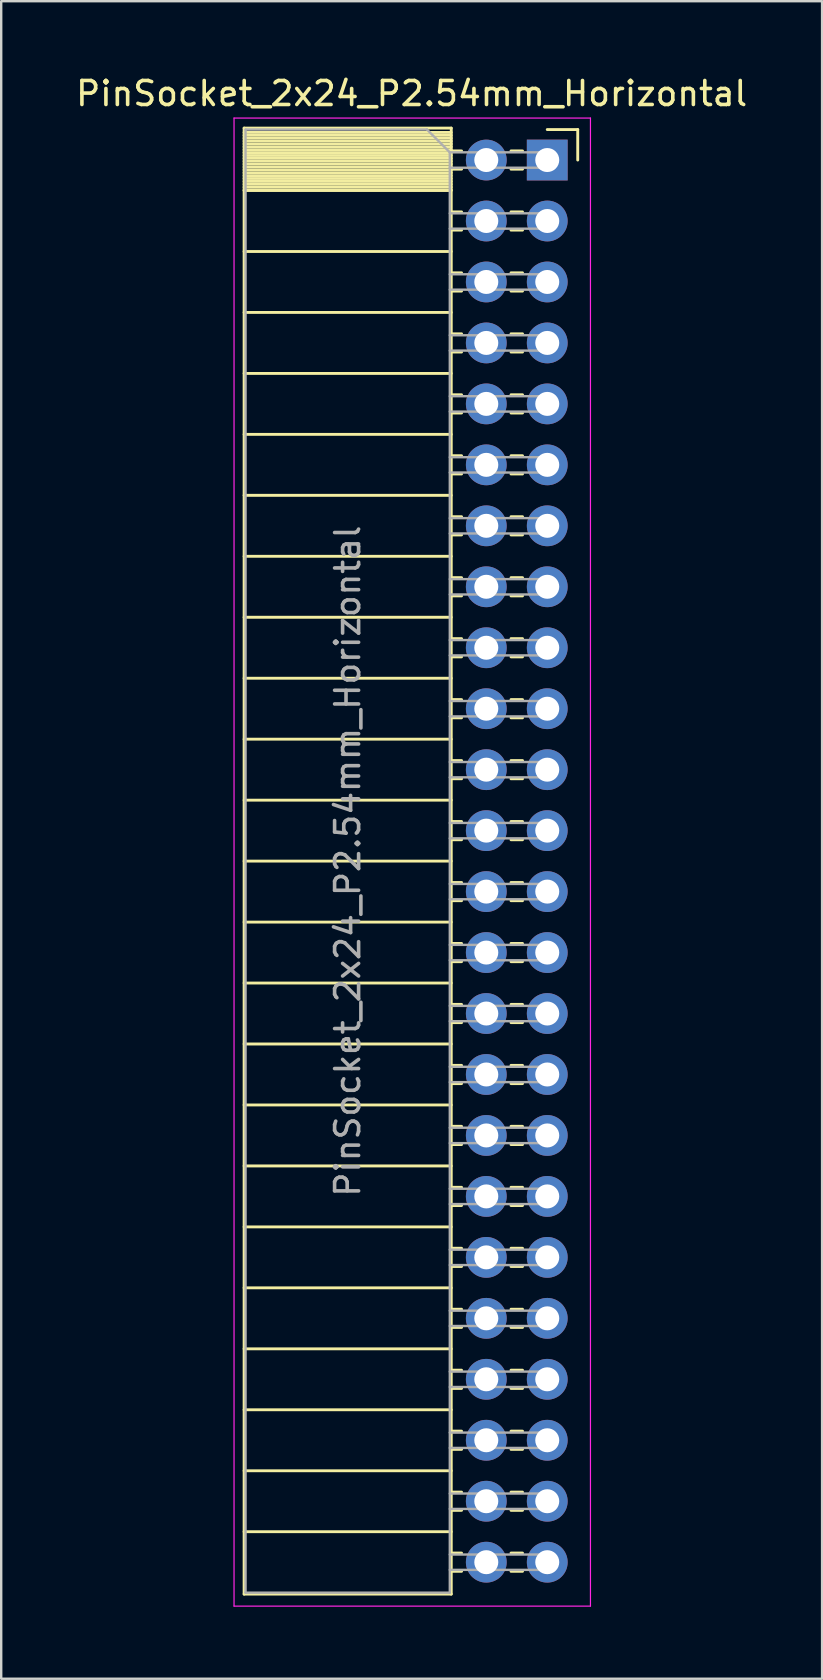
<source format=kicad_pcb>
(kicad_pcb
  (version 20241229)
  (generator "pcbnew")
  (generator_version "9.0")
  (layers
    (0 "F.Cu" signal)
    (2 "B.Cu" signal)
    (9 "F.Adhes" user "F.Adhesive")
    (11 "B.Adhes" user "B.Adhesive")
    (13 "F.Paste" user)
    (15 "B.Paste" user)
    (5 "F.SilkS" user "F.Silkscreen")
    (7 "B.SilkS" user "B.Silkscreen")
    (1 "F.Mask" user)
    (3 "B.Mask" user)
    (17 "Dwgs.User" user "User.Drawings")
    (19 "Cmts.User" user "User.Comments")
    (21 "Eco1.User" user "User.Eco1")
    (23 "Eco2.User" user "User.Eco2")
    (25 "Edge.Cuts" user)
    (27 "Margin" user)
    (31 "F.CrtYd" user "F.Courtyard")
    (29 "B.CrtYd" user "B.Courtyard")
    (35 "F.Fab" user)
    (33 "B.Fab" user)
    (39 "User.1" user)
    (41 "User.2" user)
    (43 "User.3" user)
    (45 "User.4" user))
  (footprint "PinSocket_2x24_P2.54mm_Horizontal"
    (layer "F.Cu")
    (at 19.751 3.618)
    (property "Reference" "PinSocket_2x24_P2.54mm_Horizontal" (at -5.65 -2.77 0) (layer "F.SilkS") (effects (font (size 1 1) (thickness 0.15))))
    (attr through_hole)
    (fp_line (start -12.63 -1.33) (end -4 -1.33) (stroke (width 0.12) (type solid)) (layer "F.SilkS"))
    (fp_line (start -12.63 -1.15) (end -4 -1.15) (stroke (width 0.12) (type solid)) (layer "F.SilkS"))
    (fp_line (start -12.63 -1.03) (end -4 -1.03) (stroke (width 0.12) (type solid)) (layer "F.SilkS"))
    (fp_line (start -12.63 -0.91) (end -4 -0.91) (stroke (width 0.12) (type solid)) (layer "F.SilkS"))
    (fp_line (start -12.63 -0.79) (end -4 -0.79) (stroke (width 0.12) (type solid)) (layer "F.SilkS"))
    (fp_line (start -12.63 -0.67) (end -4 -0.67) (stroke (width 0.12) (type solid)) (layer "F.SilkS"))
    (fp_line (start -12.63 -0.55) (end -4 -0.55) (stroke (width 0.12) (type solid)) (layer "F.SilkS"))
    (fp_line (start -12.63 -0.43) (end -4 -0.43) (stroke (width 0.12) (type solid)) (layer "F.SilkS"))
    (fp_line (start -12.63 -0.31) (end -4 -0.31) (stroke (width 0.12) (type solid)) (layer "F.SilkS"))
    (fp_line (start -12.63 -0.19) (end -4 -0.19) (stroke (width 0.12) (type solid)) (layer "F.SilkS"))
    (fp_line (start -12.63 -0.07) (end -4 -0.07) (stroke (width 0.12) (type solid)) (layer "F.SilkS"))
    (fp_line (start -12.63 0.05) (end -4 0.05) (stroke (width 0.12) (type solid)) (layer "F.SilkS"))
    (fp_line (start -12.63 0.17) (end -4 0.17) (stroke (width 0.12) (type solid)) (layer "F.SilkS"))
    (fp_line (start -12.63 0.29) (end -4 0.29) (stroke (width 0.12) (type solid)) (layer "F.SilkS"))
    (fp_line (start -12.63 0.41) (end -4 0.41) (stroke (width 0.12) (type solid)) (layer "F.SilkS"))
    (fp_line (start -12.63 0.53) (end -4 0.53) (stroke (width 0.12) (type solid)) (layer "F.SilkS"))
    (fp_line (start -12.63 0.65) (end -4 0.65) (stroke (width 0.12) (type solid)) (layer "F.SilkS"))
    (fp_line (start -12.63 0.77) (end -4 0.77) (stroke (width 0.12) (type solid)) (layer "F.SilkS"))
    (fp_line (start -12.63 0.89) (end -4 0.89) (stroke (width 0.12) (type solid)) (layer "F.SilkS"))
    (fp_line (start -12.63 1.01) (end -4 1.01) (stroke (width 0.12) (type solid)) (layer "F.SilkS"))
    (fp_line (start -12.63 1.13) (end -4 1.13) (stroke (width 0.12) (type solid)) (layer "F.SilkS"))
    (fp_line (start -12.63 1.25) (end -4 1.25) (stroke (width 0.12) (type solid)) (layer "F.SilkS"))
    (fp_line (start -12.63 1.27) (end -4 1.27) (stroke (width 0.12) (type solid)) (layer "F.SilkS"))
    (fp_line (start -12.63 3.81) (end -4 3.81) (stroke (width 0.12) (type solid)) (layer "F.SilkS"))
    (fp_line (start -12.63 6.35) (end -4 6.35) (stroke (width 0.12) (type solid)) (layer "F.SilkS"))
    (fp_line (start -12.63 8.89) (end -4 8.89) (stroke (width 0.12) (type solid)) (layer "F.SilkS"))
    (fp_line (start -12.63 11.43) (end -4 11.43) (stroke (width 0.12) (type solid)) (layer "F.SilkS"))
    (fp_line (start -12.63 13.97) (end -4 13.97) (stroke (width 0.12) (type solid)) (layer "F.SilkS"))
    (fp_line (start -12.63 16.51) (end -4 16.51) (stroke (width 0.12) (type solid)) (layer "F.SilkS"))
    (fp_line (start -12.63 19.05) (end -4 19.05) (stroke (width 0.12) (type solid)) (layer "F.SilkS"))
    (fp_line (start -12.63 21.59) (end -4 21.59) (stroke (width 0.12) (type solid)) (layer "F.SilkS"))
    (fp_line (start -12.63 24.13) (end -4 24.13) (stroke (width 0.12) (type solid)) (layer "F.SilkS"))
    (fp_line (start -12.63 26.67) (end -4 26.67) (stroke (width 0.12) (type solid)) (layer "F.SilkS"))
    (fp_line (start -12.63 29.21) (end -4 29.21) (stroke (width 0.12) (type solid)) (layer "F.SilkS"))
    (fp_line (start -12.63 31.75) (end -4 31.75) (stroke (width 0.12) (type solid)) (layer "F.SilkS"))
    (fp_line (start -12.63 34.29) (end -4 34.29) (stroke (width 0.12) (type solid)) (layer "F.SilkS"))
    (fp_line (start -12.63 36.83) (end -4 36.83) (stroke (width 0.12) (type solid)) (layer "F.SilkS"))
    (fp_line (start -12.63 39.37) (end -4 39.37) (stroke (width 0.12) (type solid)) (layer "F.SilkS"))
    (fp_line (start -12.63 41.91) (end -4 41.91) (stroke (width 0.12) (type solid)) (layer "F.SilkS"))
    (fp_line (start -12.63 44.45) (end -4 44.45) (stroke (width 0.12) (type solid)) (layer "F.SilkS"))
    (fp_line (start -12.63 46.99) (end -4 46.99) (stroke (width 0.12) (type solid)) (layer "F.SilkS"))
    (fp_line (start -12.63 49.53) (end -4 49.53) (stroke (width 0.12) (type solid)) (layer "F.SilkS"))
    (fp_line (start -12.63 52.07) (end -4 52.07) (stroke (width 0.12) (type solid)) (layer "F.SilkS"))
    (fp_line (start -12.63 54.61) (end -4 54.61) (stroke (width 0.12) (type solid)) (layer "F.SilkS"))
    (fp_line (start -12.63 57.15) (end -4 57.15) (stroke (width 0.12) (type solid)) (layer "F.SilkS"))
    (fp_line (start -12.63 59.75) (end -12.63 -1.33) (stroke (width 0.12) (type solid)) (layer "F.SilkS"))
    (fp_line (start -4 -1.33) (end -4 59.75) (stroke (width 0.12) (type solid)) (layer "F.SilkS"))
    (fp_line (start -4 -0.38) (end -3.57 -0.38) (stroke (width 0.12) (type solid)) (layer "F.SilkS"))
    (fp_line (start -4 2.16) (end -3.57 2.16) (stroke (width 0.12) (type solid)) (layer "F.SilkS"))
    (fp_line (start -4 4.7) (end -3.57 4.7) (stroke (width 0.12) (type solid)) (layer "F.SilkS"))
    (fp_line (start -4 7.24) (end -3.57 7.24) (stroke (width 0.12) (type solid)) (layer "F.SilkS"))
    (fp_line (start -4 9.78) (end -3.57 9.78) (stroke (width 0.12) (type solid)) (layer "F.SilkS"))
    (fp_line (start -4 12.32) (end -3.57 12.32) (stroke (width 0.12) (type solid)) (layer "F.SilkS"))
    (fp_line (start -4 14.86) (end -3.57 14.86) (stroke (width 0.12) (type solid)) (layer "F.SilkS"))
    (fp_line (start -4 17.4) (end -3.57 17.4) (stroke (width 0.12) (type solid)) (layer "F.SilkS"))
    (fp_line (start -4 19.94) (end -3.57 19.94) (stroke (width 0.12) (type solid)) (layer "F.SilkS"))
    (fp_line (start -4 22.48) (end -3.57 22.48) (stroke (width 0.12) (type solid)) (layer "F.SilkS"))
    (fp_line (start -4 25.02) (end -3.57 25.02) (stroke (width 0.12) (type solid)) (layer "F.SilkS"))
    (fp_line (start -4 27.56) (end -3.57 27.56) (stroke (width 0.12) (type solid)) (layer "F.SilkS"))
    (fp_line (start -4 30.1) (end -3.57 30.1) (stroke (width 0.12) (type solid)) (layer "F.SilkS"))
    (fp_line (start -4 32.64) (end -3.57 32.64) (stroke (width 0.12) (type solid)) (layer "F.SilkS"))
    (fp_line (start -4 35.18) (end -3.57 35.18) (stroke (width 0.12) (type solid)) (layer "F.SilkS"))
    (fp_line (start -4 37.72) (end -3.57 37.72) (stroke (width 0.12) (type solid)) (layer "F.SilkS"))
    (fp_line (start -4 40.26) (end -3.57 40.26) (stroke (width 0.12) (type solid)) (layer "F.SilkS"))
    (fp_line (start -4 42.8) (end -3.57 42.8) (stroke (width 0.12) (type solid)) (layer "F.SilkS"))
    (fp_line (start -4 45.34) (end -3.57 45.34) (stroke (width 0.12) (type solid)) (layer "F.SilkS"))
    (fp_line (start -4 47.88) (end -3.57 47.88) (stroke (width 0.12) (type solid)) (layer "F.SilkS"))
    (fp_line (start -4 50.42) (end -3.57 50.42) (stroke (width 0.12) (type solid)) (layer "F.SilkS"))
    (fp_line (start -4 52.96) (end -3.57 52.96) (stroke (width 0.12) (type solid)) (layer "F.SilkS"))
    (fp_line (start -4 55.5) (end -3.57 55.5) (stroke (width 0.12) (type solid)) (layer "F.SilkS"))
    (fp_line (start -4 58.04) (end -3.57 58.04) (stroke (width 0.12) (type solid)) (layer "F.SilkS"))
    (fp_line (start -4 59.75) (end -12.63 59.75) (stroke (width 0.12) (type solid)) (layer "F.SilkS"))
    (fp_line (start -3.57 0.38) (end -4 0.38) (stroke (width 0.12) (type solid)) (layer "F.SilkS"))
    (fp_line (start -3.57 2.92) (end -4 2.92) (stroke (width 0.12) (type solid)) (layer "F.SilkS"))
    (fp_line (start -3.57 5.46) (end -4 5.46) (stroke (width 0.12) (type solid)) (layer "F.SilkS"))
    (fp_line (start -3.57 8) (end -4 8) (stroke (width 0.12) (type solid)) (layer "F.SilkS"))
    (fp_line (start -3.57 10.54) (end -4 10.54) (stroke (width 0.12) (type solid)) (layer "F.SilkS"))
    (fp_line (start -3.57 13.08) (end -4 13.08) (stroke (width 0.12) (type solid)) (layer "F.SilkS"))
    (fp_line (start -3.57 15.62) (end -4 15.62) (stroke (width 0.12) (type solid)) (layer "F.SilkS"))
    (fp_line (start -3.57 18.16) (end -4 18.16) (stroke (width 0.12) (type solid)) (layer "F.SilkS"))
    (fp_line (start -3.57 20.7) (end -4 20.7) (stroke (width 0.12) (type solid)) (layer "F.SilkS"))
    (fp_line (start -3.57 23.24) (end -4 23.24) (stroke (width 0.12) (type solid)) (layer "F.SilkS"))
    (fp_line (start -3.57 25.78) (end -4 25.78) (stroke (width 0.12) (type solid)) (layer "F.SilkS"))
    (fp_line (start -3.57 28.32) (end -4 28.32) (stroke (width 0.12) (type solid)) (layer "F.SilkS"))
    (fp_line (start -3.57 30.86) (end -4 30.86) (stroke (width 0.12) (type solid)) (layer "F.SilkS"))
    (fp_line (start -3.57 33.4) (end -4 33.4) (stroke (width 0.12) (type solid)) (layer "F.SilkS"))
    (fp_line (start -3.57 35.94) (end -4 35.94) (stroke (width 0.12) (type solid)) (layer "F.SilkS"))
    (fp_line (start -3.57 38.48) (end -4 38.48) (stroke (width 0.12) (type solid)) (layer "F.SilkS"))
    (fp_line (start -3.57 41.02) (end -4 41.02) (stroke (width 0.12) (type solid)) (layer "F.SilkS"))
    (fp_line (start -3.57 43.56) (end -4 43.56) (stroke (width 0.12) (type solid)) (layer "F.SilkS"))
    (fp_line (start -3.57 46.1) (end -4 46.1) (stroke (width 0.12) (type solid)) (layer "F.SilkS"))
    (fp_line (start -3.57 48.64) (end -4 48.64) (stroke (width 0.12) (type solid)) (layer "F.SilkS"))
    (fp_line (start -3.57 51.18) (end -4 51.18) (stroke (width 0.12) (type solid)) (layer "F.SilkS"))
    (fp_line (start -3.57 53.72) (end -4 53.72) (stroke (width 0.12) (type solid)) (layer "F.SilkS"))
    (fp_line (start -3.57 56.26) (end -4 56.26) (stroke (width 0.12) (type solid)) (layer "F.SilkS"))
    (fp_line (start -3.57 58.8) (end -4 58.8) (stroke (width 0.12) (type solid)) (layer "F.SilkS"))
    (fp_line (start -1.51 0.38) (end -1.03 0.38) (stroke (width 0.12) (type solid)) (layer "F.SilkS"))
    (fp_line (start -1.51 2.92) (end -1.03 2.92) (stroke (width 0.12) (type solid)) (layer "F.SilkS"))
    (fp_line (start -1.51 5.46) (end -1.03 5.46) (stroke (width 0.12) (type solid)) (layer "F.SilkS"))
    (fp_line (start -1.51 8) (end -1.03 8) (stroke (width 0.12) (type solid)) (layer "F.SilkS"))
    (fp_line (start -1.51 10.54) (end -1.03 10.54) (stroke (width 0.12) (type solid)) (layer "F.SilkS"))
    (fp_line (start -1.51 13.08) (end -1.03 13.08) (stroke (width 0.12) (type solid)) (layer "F.SilkS"))
    (fp_line (start -1.51 15.62) (end -1.03 15.62) (stroke (width 0.12) (type solid)) (layer "F.SilkS"))
    (fp_line (start -1.51 18.16) (end -1.03 18.16) (stroke (width 0.12) (type solid)) (layer "F.SilkS"))
    (fp_line (start -1.51 20.7) (end -1.03 20.7) (stroke (width 0.12) (type solid)) (layer "F.SilkS"))
    (fp_line (start -1.51 23.24) (end -1.03 23.24) (stroke (width 0.12) (type solid)) (layer "F.SilkS"))
    (fp_line (start -1.51 25.78) (end -1.03 25.78) (stroke (width 0.12) (type solid)) (layer "F.SilkS"))
    (fp_line (start -1.51 28.32) (end -1.03 28.32) (stroke (width 0.12) (type solid)) (layer "F.SilkS"))
    (fp_line (start -1.51 30.86) (end -1.03 30.86) (stroke (width 0.12) (type solid)) (layer "F.SilkS"))
    (fp_line (start -1.51 33.4) (end -1.03 33.4) (stroke (width 0.12) (type solid)) (layer "F.SilkS"))
    (fp_line (start -1.51 35.94) (end -1.03 35.94) (stroke (width 0.12) (type solid)) (layer "F.SilkS"))
    (fp_line (start -1.51 38.48) (end -1.03 38.48) (stroke (width 0.12) (type solid)) (layer "F.SilkS"))
    (fp_line (start -1.51 41.02) (end -1.03 41.02) (stroke (width 0.12) (type solid)) (layer "F.SilkS"))
    (fp_line (start -1.51 43.56) (end -1.03 43.56) (stroke (width 0.12) (type solid)) (layer "F.SilkS"))
    (fp_line (start -1.51 46.1) (end -1.03 46.1) (stroke (width 0.12) (type solid)) (layer "F.SilkS"))
    (fp_line (start -1.51 48.64) (end -1.03 48.64) (stroke (width 0.12) (type solid)) (layer "F.SilkS"))
    (fp_line (start -1.51 51.18) (end -1.03 51.18) (stroke (width 0.12) (type solid)) (layer "F.SilkS"))
    (fp_line (start -1.51 53.72) (end -1.03 53.72) (stroke (width 0.12) (type solid)) (layer "F.SilkS"))
    (fp_line (start -1.51 56.26) (end -1.03 56.26) (stroke (width 0.12) (type solid)) (layer "F.SilkS"))
    (fp_line (start -1.51 58.8) (end -1.03 58.8) (stroke (width 0.12) (type solid)) (layer "F.SilkS"))
    (fp_line (start -1.03 -0.38) (end -1.51 -0.38) (stroke (width 0.12) (type solid)) (layer "F.SilkS"))
    (fp_line (start -1.03 2.16) (end -1.51 2.16) (stroke (width 0.12) (type solid)) (layer "F.SilkS"))
    (fp_line (start -1.03 4.7) (end -1.51 4.7) (stroke (width 0.12) (type solid)) (layer "F.SilkS"))
    (fp_line (start -1.03 7.24) (end -1.51 7.24) (stroke (width 0.12) (type solid)) (layer "F.SilkS"))
    (fp_line (start -1.03 9.78) (end -1.51 9.78) (stroke (width 0.12) (type solid)) (layer "F.SilkS"))
    (fp_line (start -1.03 12.32) (end -1.51 12.32) (stroke (width 0.12) (type solid)) (layer "F.SilkS"))
    (fp_line (start -1.03 14.86) (end -1.51 14.86) (stroke (width 0.12) (type solid)) (layer "F.SilkS"))
    (fp_line (start -1.03 17.4) (end -1.51 17.4) (stroke (width 0.12) (type solid)) (layer "F.SilkS"))
    (fp_line (start -1.03 19.94) (end -1.51 19.94) (stroke (width 0.12) (type solid)) (layer "F.SilkS"))
    (fp_line (start -1.03 22.48) (end -1.51 22.48) (stroke (width 0.12) (type solid)) (layer "F.SilkS"))
    (fp_line (start -1.03 25.02) (end -1.51 25.02) (stroke (width 0.12) (type solid)) (layer "F.SilkS"))
    (fp_line (start -1.03 27.56) (end -1.51 27.56) (stroke (width 0.12) (type solid)) (layer "F.SilkS"))
    (fp_line (start -1.03 30.1) (end -1.51 30.1) (stroke (width 0.12) (type solid)) (layer "F.SilkS"))
    (fp_line (start -1.03 32.64) (end -1.51 32.64) (stroke (width 0.12) (type solid)) (layer "F.SilkS"))
    (fp_line (start -1.03 35.18) (end -1.51 35.18) (stroke (width 0.12) (type solid)) (layer "F.SilkS"))
    (fp_line (start -1.03 37.72) (end -1.51 37.72) (stroke (width 0.12) (type solid)) (layer "F.SilkS"))
    (fp_line (start -1.03 40.26) (end -1.51 40.26) (stroke (width 0.12) (type solid)) (layer "F.SilkS"))
    (fp_line (start -1.03 42.8) (end -1.51 42.8) (stroke (width 0.12) (type solid)) (layer "F.SilkS"))
    (fp_line (start -1.03 45.34) (end -1.51 45.34) (stroke (width 0.12) (type solid)) (layer "F.SilkS"))
    (fp_line (start -1.03 47.88) (end -1.51 47.88) (stroke (width 0.12) (type solid)) (layer "F.SilkS"))
    (fp_line (start -1.03 50.42) (end -1.51 50.42) (stroke (width 0.12) (type solid)) (layer "F.SilkS"))
    (fp_line (start -1.03 52.96) (end -1.51 52.96) (stroke (width 0.12) (type solid)) (layer "F.SilkS"))
    (fp_line (start -1.03 55.5) (end -1.51 55.5) (stroke (width 0.12) (type solid)) (layer "F.SilkS"))
    (fp_line (start -1.03 58.04) (end -1.51 58.04) (stroke (width 0.12) (type solid)) (layer "F.SilkS"))
    (fp_line (start 0 -1.27) (end 1.27 -1.27) (stroke (width 0.12) (type solid)) (layer "F.SilkS"))
    (fp_line (start 1.27 -1.27) (end 1.27 0) (stroke (width 0.12) (type solid)) (layer "F.SilkS"))
    (fp_line (start -13.05 -1.75) (end -13.05 60.25) (stroke (width 0.05) (type solid)) (layer "F.CrtYd"))
    (fp_line (start -13.05 60.25) (end 1.8 60.25) (stroke (width 0.05) (type solid)) (layer "F.CrtYd"))
    (fp_line (start 1.8 -1.75) (end -13.05 -1.75) (stroke (width 0.05) (type solid)) (layer "F.CrtYd"))
    (fp_line (start 1.8 60.25) (end 1.8 -1.75) (stroke (width 0.05) (type solid)) (layer "F.CrtYd"))
    (fp_line (start -12.57 -1.27) (end -5.01 -1.27) (stroke (width 0.1) (type solid)) (layer "F.Fab"))
    (fp_line (start -12.57 59.69) (end -12.57 -1.27) (stroke (width 0.1) (type solid)) (layer "F.Fab"))
    (fp_line (start -5.01 -1.27) (end -4.06 -0.32) (stroke (width 0.1) (type solid)) (layer "F.Fab"))
    (fp_line (start -4.06 -0.32) (end -4.06 59.69) (stroke (width 0.1) (type solid)) (layer "F.Fab"))
    (fp_line (start -4.06 0.32) (end 0 0.32) (stroke (width 0.1) (type solid)) (layer "F.Fab"))
    (fp_line (start -4.06 2.86) (end 0 2.86) (stroke (width 0.1) (type solid)) (layer "F.Fab"))
    (fp_line (start -4.06 5.4) (end 0 5.4) (stroke (width 0.1) (type solid)) (layer "F.Fab"))
    (fp_line (start -4.06 7.94) (end 0 7.94) (stroke (width 0.1) (type solid)) (layer "F.Fab"))
    (fp_line (start -4.06 10.48) (end 0 10.48) (stroke (width 0.1) (type solid)) (layer "F.Fab"))
    (fp_line (start -4.06 13.02) (end 0 13.02) (stroke (width 0.1) (type solid)) (layer "F.Fab"))
    (fp_line (start -4.06 15.56) (end 0 15.56) (stroke (width 0.1) (type solid)) (layer "F.Fab"))
    (fp_line (start -4.06 18.1) (end 0 18.1) (stroke (width 0.1) (type solid)) (layer "F.Fab"))
    (fp_line (start -4.06 20.64) (end 0 20.64) (stroke (width 0.1) (type solid)) (layer "F.Fab"))
    (fp_line (start -4.06 23.18) (end 0 23.18) (stroke (width 0.1) (type solid)) (layer "F.Fab"))
    (fp_line (start -4.06 25.72) (end 0 25.72) (stroke (width 0.1) (type solid)) (layer "F.Fab"))
    (fp_line (start -4.06 28.26) (end 0 28.26) (stroke (width 0.1) (type solid)) (layer "F.Fab"))
    (fp_line (start -4.06 30.8) (end 0 30.8) (stroke (width 0.1) (type solid)) (layer "F.Fab"))
    (fp_line (start -4.06 33.34) (end 0 33.34) (stroke (width 0.1) (type solid)) (layer "F.Fab"))
    (fp_line (start -4.06 35.88) (end 0 35.88) (stroke (width 0.1) (type solid)) (layer "F.Fab"))
    (fp_line (start -4.06 38.42) (end 0 38.42) (stroke (width 0.1) (type solid)) (layer "F.Fab"))
    (fp_line (start -4.06 40.96) (end 0 40.96) (stroke (width 0.1) (type solid)) (layer "F.Fab"))
    (fp_line (start -4.06 43.5) (end 0 43.5) (stroke (width 0.1) (type solid)) (layer "F.Fab"))
    (fp_line (start -4.06 46.04) (end 0 46.04) (stroke (width 0.1) (type solid)) (layer "F.Fab"))
    (fp_line (start -4.06 48.58) (end 0 48.58) (stroke (width 0.1) (type solid)) (layer "F.Fab"))
    (fp_line (start -4.06 51.12) (end 0 51.12) (stroke (width 0.1) (type solid)) (layer "F.Fab"))
    (fp_line (start -4.06 53.66) (end 0 53.66) (stroke (width 0.1) (type solid)) (layer "F.Fab"))
    (fp_line (start -4.06 56.2) (end 0 56.2) (stroke (width 0.1) (type solid)) (layer "F.Fab"))
    (fp_line (start -4.06 58.74) (end 0 58.74) (stroke (width 0.1) (type solid)) (layer "F.Fab"))
    (fp_line (start -4.06 59.69) (end -12.57 59.69) (stroke (width 0.1) (type solid)) (layer "F.Fab"))
    (fp_line (start 0 -0.32) (end -4.06 -0.32) (stroke (width 0.1) (type solid)) (layer "F.Fab"))
    (fp_line (start 0 0.32) (end 0 -0.32) (stroke (width 0.1) (type solid)) (layer "F.Fab"))
    (fp_line (start 0 2.22) (end -4.06 2.22) (stroke (width 0.1) (type solid)) (layer "F.Fab"))
    (fp_line (start 0 2.86) (end 0 2.22) (stroke (width 0.1) (type solid)) (layer "F.Fab"))
    (fp_line (start 0 4.76) (end -4.06 4.76) (stroke (width 0.1) (type solid)) (layer "F.Fab"))
    (fp_line (start 0 5.4) (end 0 4.76) (stroke (width 0.1) (type solid)) (layer "F.Fab"))
    (fp_line (start 0 7.3) (end -4.06 7.3) (stroke (width 0.1) (type solid)) (layer "F.Fab"))
    (fp_line (start 0 7.94) (end 0 7.3) (stroke (width 0.1) (type solid)) (layer "F.Fab"))
    (fp_line (start 0 9.84) (end -4.06 9.84) (stroke (width 0.1) (type solid)) (layer "F.Fab"))
    (fp_line (start 0 10.48) (end 0 9.84) (stroke (width 0.1) (type solid)) (layer "F.Fab"))
    (fp_line (start 0 12.38) (end -4.06 12.38) (stroke (width 0.1) (type solid)) (layer "F.Fab"))
    (fp_line (start 0 13.02) (end 0 12.38) (stroke (width 0.1) (type solid)) (layer "F.Fab"))
    (fp_line (start 0 14.92) (end -4.06 14.92) (stroke (width 0.1) (type solid)) (layer "F.Fab"))
    (fp_line (start 0 15.56) (end 0 14.92) (stroke (width 0.1) (type solid)) (layer "F.Fab"))
    (fp_line (start 0 17.46) (end -4.06 17.46) (stroke (width 0.1) (type solid)) (layer "F.Fab"))
    (fp_line (start 0 18.1) (end 0 17.46) (stroke (width 0.1) (type solid)) (layer "F.Fab"))
    (fp_line (start 0 20) (end -4.06 20) (stroke (width 0.1) (type solid)) (layer "F.Fab"))
    (fp_line (start 0 20.64) (end 0 20) (stroke (width 0.1) (type solid)) (layer "F.Fab"))
    (fp_line (start 0 22.54) (end -4.06 22.54) (stroke (width 0.1) (type solid)) (layer "F.Fab"))
    (fp_line (start 0 23.18) (end 0 22.54) (stroke (width 0.1) (type solid)) (layer "F.Fab"))
    (fp_line (start 0 25.08) (end -4.06 25.08) (stroke (width 0.1) (type solid)) (layer "F.Fab"))
    (fp_line (start 0 25.72) (end 0 25.08) (stroke (width 0.1) (type solid)) (layer "F.Fab"))
    (fp_line (start 0 27.62) (end -4.06 27.62) (stroke (width 0.1) (type solid)) (layer "F.Fab"))
    (fp_line (start 0 28.26) (end 0 27.62) (stroke (width 0.1) (type solid)) (layer "F.Fab"))
    (fp_line (start 0 30.16) (end -4.06 30.16) (stroke (width 0.1) (type solid)) (layer "F.Fab"))
    (fp_line (start 0 30.8) (end 0 30.16) (stroke (width 0.1) (type solid)) (layer "F.Fab"))
    (fp_line (start 0 32.7) (end -4.06 32.7) (stroke (width 0.1) (type solid)) (layer "F.Fab"))
    (fp_line (start 0 33.34) (end 0 32.7) (stroke (width 0.1) (type solid)) (layer "F.Fab"))
    (fp_line (start 0 35.24) (end -4.06 35.24) (stroke (width 0.1) (type solid)) (layer "F.Fab"))
    (fp_line (start 0 35.88) (end 0 35.24) (stroke (width 0.1) (type solid)) (layer "F.Fab"))
    (fp_line (start 0 37.78) (end -4.06 37.78) (stroke (width 0.1) (type solid)) (layer "F.Fab"))
    (fp_line (start 0 38.42) (end 0 37.78) (stroke (width 0.1) (type solid)) (layer "F.Fab"))
    (fp_line (start 0 40.32) (end -4.06 40.32) (stroke (width 0.1) (type solid)) (layer "F.Fab"))
    (fp_line (start 0 40.96) (end 0 40.32) (stroke (width 0.1) (type solid)) (layer "F.Fab"))
    (fp_line (start 0 42.86) (end -4.06 42.86) (stroke (width 0.1) (type solid)) (layer "F.Fab"))
    (fp_line (start 0 43.5) (end 0 42.86) (stroke (width 0.1) (type solid)) (layer "F.Fab"))
    (fp_line (start 0 45.4) (end -4.06 45.4) (stroke (width 0.1) (type solid)) (layer "F.Fab"))
    (fp_line (start 0 46.04) (end 0 45.4) (stroke (width 0.1) (type solid)) (layer "F.Fab"))
    (fp_line (start 0 47.94) (end -4.06 47.94) (stroke (width 0.1) (type solid)) (layer "F.Fab"))
    (fp_line (start 0 48.58) (end 0 47.94) (stroke (width 0.1) (type solid)) (layer "F.Fab"))
    (fp_line (start 0 50.48) (end -4.06 50.48) (stroke (width 0.1) (type solid)) (layer "F.Fab"))
    (fp_line (start 0 51.12) (end 0 50.48) (stroke (width 0.1) (type solid)) (layer "F.Fab"))
    (fp_line (start 0 53.02) (end -4.06 53.02) (stroke (width 0.1) (type solid)) (layer "F.Fab"))
    (fp_line (start 0 53.66) (end 0 53.02) (stroke (width 0.1) (type solid)) (layer "F.Fab"))
    (fp_line (start 0 55.56) (end -4.06 55.56) (stroke (width 0.1) (type solid)) (layer "F.Fab"))
    (fp_line (start 0 56.2) (end 0 55.56) (stroke (width 0.1) (type solid)) (layer "F.Fab"))
    (fp_line (start 0 58.1) (end -4.06 58.1) (stroke (width 0.1) (type solid)) (layer "F.Fab"))
    (fp_line (start 0 58.74) (end 0 58.1) (stroke (width 0.1) (type solid)) (layer "F.Fab"))
    (fp_text user "${REFERENCE}" (at -8.315 29.21 90) (layer "F.Fab") (effects (font (size 1 1) (thickness 0.15))))
    (pad "1" thru_hole rect (at 0 0) (size 1.7 1.7) (drill 1) (layers "*.Cu" "*.Mask"))
    (pad "2" thru_hole oval (at -2.54 0) (size 1.7 1.7) (drill 1) (layers "*.Cu" "*.Mask"))
    (pad "3" thru_hole oval (at 0 2.54) (size 1.7 1.7) (drill 1) (layers "*.Cu" "*.Mask"))
    (pad "4" thru_hole oval (at -2.54 2.54) (size 1.7 1.7) (drill 1) (layers "*.Cu" "*.Mask"))
    (pad "5" thru_hole oval (at 0 5.08) (size 1.7 1.7) (drill 1) (layers "*.Cu" "*.Mask"))
    (pad "6" thru_hole oval (at -2.54 5.08) (size 1.7 1.7) (drill 1) (layers "*.Cu" "*.Mask"))
    (pad "7" thru_hole oval (at 0 7.62) (size 1.7 1.7) (drill 1) (layers "*.Cu" "*.Mask"))
    (pad "8" thru_hole oval (at -2.54 7.62) (size 1.7 1.7) (drill 1) (layers "*.Cu" "*.Mask"))
    (pad "9" thru_hole oval (at 0 10.16) (size 1.7 1.7) (drill 1) (layers "*.Cu" "*.Mask"))
    (pad "10" thru_hole oval (at -2.54 10.16) (size 1.7 1.7) (drill 1) (layers "*.Cu" "*.Mask"))
    (pad "11" thru_hole oval (at 0 12.7) (size 1.7 1.7) (drill 1) (layers "*.Cu" "*.Mask"))
    (pad "12" thru_hole oval (at -2.54 12.7) (size 1.7 1.7) (drill 1) (layers "*.Cu" "*.Mask"))
    (pad "13" thru_hole oval (at 0 15.24) (size 1.7 1.7) (drill 1) (layers "*.Cu" "*.Mask"))
    (pad "14" thru_hole oval (at -2.54 15.24) (size 1.7 1.7) (drill 1) (layers "*.Cu" "*.Mask"))
    (pad "15" thru_hole oval (at 0 17.78) (size 1.7 1.7) (drill 1) (layers "*.Cu" "*.Mask"))
    (pad "16" thru_hole oval (at -2.54 17.78) (size 1.7 1.7) (drill 1) (layers "*.Cu" "*.Mask"))
    (pad "17" thru_hole oval (at 0 20.32) (size 1.7 1.7) (drill 1) (layers "*.Cu" "*.Mask"))
    (pad "18" thru_hole oval (at -2.54 20.32) (size 1.7 1.7) (drill 1) (layers "*.Cu" "*.Mask"))
    (pad "19" thru_hole oval (at 0 22.86) (size 1.7 1.7) (drill 1) (layers "*.Cu" "*.Mask"))
    (pad "20" thru_hole oval (at -2.54 22.86) (size 1.7 1.7) (drill 1) (layers "*.Cu" "*.Mask"))
    (pad "21" thru_hole oval (at 0 25.4) (size 1.7 1.7) (drill 1) (layers "*.Cu" "*.Mask"))
    (pad "22" thru_hole oval (at -2.54 25.4) (size 1.7 1.7) (drill 1) (layers "*.Cu" "*.Mask"))
    (pad "23" thru_hole oval (at 0 27.94) (size 1.7 1.7) (drill 1) (layers "*.Cu" "*.Mask"))
    (pad "24" thru_hole oval (at -2.54 27.94) (size 1.7 1.7) (drill 1) (layers "*.Cu" "*.Mask"))
    (pad "25" thru_hole oval (at 0 30.48) (size 1.7 1.7) (drill 1) (layers "*.Cu" "*.Mask"))
    (pad "26" thru_hole oval (at -2.54 30.48) (size 1.7 1.7) (drill 1) (layers "*.Cu" "*.Mask"))
    (pad "27" thru_hole oval (at 0 33.02) (size 1.7 1.7) (drill 1) (layers "*.Cu" "*.Mask"))
    (pad "28" thru_hole oval (at -2.54 33.02) (size 1.7 1.7) (drill 1) (layers "*.Cu" "*.Mask"))
    (pad "29" thru_hole oval (at 0 35.56) (size 1.7 1.7) (drill 1) (layers "*.Cu" "*.Mask"))
    (pad "30" thru_hole oval (at -2.54 35.56) (size 1.7 1.7) (drill 1) (layers "*.Cu" "*.Mask"))
    (pad "31" thru_hole oval (at 0 38.1) (size 1.7 1.7) (drill 1) (layers "*.Cu" "*.Mask"))
    (pad "32" thru_hole oval (at -2.54 38.1) (size 1.7 1.7) (drill 1) (layers "*.Cu" "*.Mask"))
    (pad "33" thru_hole oval (at 0 40.64) (size 1.7 1.7) (drill 1) (layers "*.Cu" "*.Mask"))
    (pad "34" thru_hole oval (at -2.54 40.64) (size 1.7 1.7) (drill 1) (layers "*.Cu" "*.Mask"))
    (pad "35" thru_hole oval (at 0 43.18) (size 1.7 1.7) (drill 1) (layers "*.Cu" "*.Mask"))
    (pad "36" thru_hole oval (at -2.54 43.18) (size 1.7 1.7) (drill 1) (layers "*.Cu" "*.Mask"))
    (pad "37" thru_hole oval (at 0 45.72) (size 1.7 1.7) (drill 1) (layers "*.Cu" "*.Mask"))
    (pad "38" thru_hole oval (at -2.54 45.72) (size 1.7 1.7) (drill 1) (layers "*.Cu" "*.Mask"))
    (pad "39" thru_hole oval (at 0 48.26) (size 1.7 1.7) (drill 1) (layers "*.Cu" "*.Mask"))
    (pad "40" thru_hole oval (at -2.54 48.26) (size 1.7 1.7) (drill 1) (layers "*.Cu" "*.Mask"))
    (pad "41" thru_hole oval (at 0 50.8) (size 1.7 1.7) (drill 1) (layers "*.Cu" "*.Mask"))
    (pad "42" thru_hole oval (at -2.54 50.8) (size 1.7 1.7) (drill 1) (layers "*.Cu" "*.Mask"))
    (pad "43" thru_hole oval (at 0 53.34) (size 1.7 1.7) (drill 1) (layers "*.Cu" "*.Mask"))
    (pad "44" thru_hole oval (at -2.54 53.34) (size 1.7 1.7) (drill 1) (layers "*.Cu" "*.Mask"))
    (pad "45" thru_hole oval (at 0 55.88) (size 1.7 1.7) (drill 1) (layers "*.Cu" "*.Mask"))
    (pad "46" thru_hole oval (at -2.54 55.88) (size 1.7 1.7) (drill 1) (layers "*.Cu" "*.Mask"))
    (pad "47" thru_hole oval (at 0 58.42) (size 1.7 1.7) (drill 1) (layers "*.Cu" "*.Mask"))
    (pad "48" thru_hole oval (at -2.54 58.42) (size 1.7 1.7) (drill 1) (layers "*.Cu" "*.Mask")))
  (gr_rect
    (start -3 -3)
    (end 31.202 66.893)
    (stroke (width 0.1) (type default))
    (fill no)
    (layer "Edge.Cuts")))
</source>
